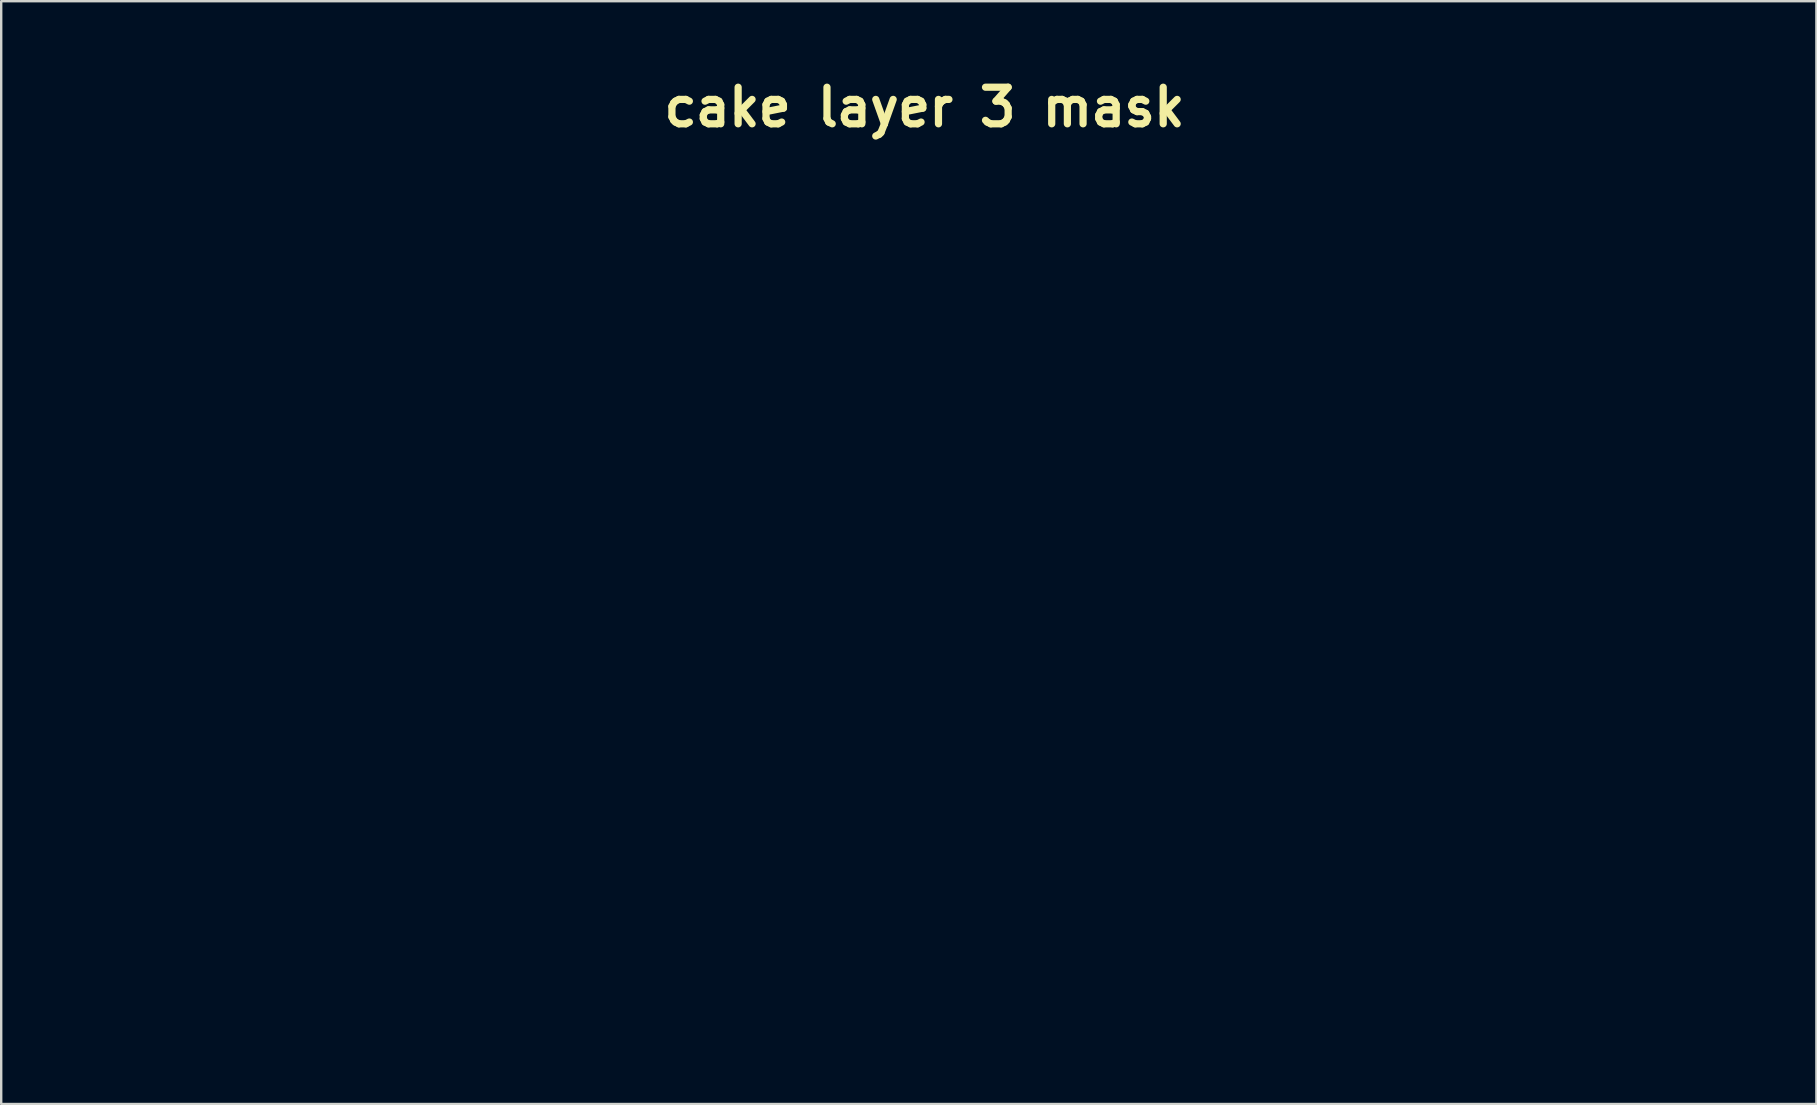
<source format=kicad_pcb>
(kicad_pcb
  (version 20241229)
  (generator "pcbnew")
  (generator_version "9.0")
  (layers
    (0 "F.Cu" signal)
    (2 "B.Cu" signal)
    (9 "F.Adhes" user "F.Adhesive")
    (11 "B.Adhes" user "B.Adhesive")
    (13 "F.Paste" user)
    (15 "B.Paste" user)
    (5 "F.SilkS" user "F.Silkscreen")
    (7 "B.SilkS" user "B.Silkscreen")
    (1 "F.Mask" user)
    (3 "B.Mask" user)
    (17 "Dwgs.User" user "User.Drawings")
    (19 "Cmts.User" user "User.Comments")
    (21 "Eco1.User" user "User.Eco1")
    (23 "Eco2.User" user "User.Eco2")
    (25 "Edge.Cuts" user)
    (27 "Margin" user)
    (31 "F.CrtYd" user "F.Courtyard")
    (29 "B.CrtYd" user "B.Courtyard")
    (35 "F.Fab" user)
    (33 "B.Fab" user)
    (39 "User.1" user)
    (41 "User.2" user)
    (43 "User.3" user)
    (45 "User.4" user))
  (footprint "cake layer 3 mask"
    (layer "F.Cu")
    (at 35.464 1.418)
    (property "Reference" "cake layer 3 mask" (at 0 0 0) (layer "F.SilkS") (effects (font (size 1.524 1.524) (thickness 0.3))))
    (attr through_hole)
    (fp_poly (pts (xy -33.465 2.42) (xy -33.246 2.548) (xy -33.03 2.701) (xy -32.886 2.822) (xy -32.851 2.871) (xy -32.799 2.971) (xy -32.69 3.104) (xy -32.583 3.239) (xy -32.408 3.483) (xy -32.188 3.802) (xy -31.946 4.163) (xy -31.922 4.199) (xy -31.566 4.703) (xy -31.175 5.198) (xy -30.797 5.621) (xy -30.687 5.732) (xy -30.37 6.03) (xy -30.119 6.232) (xy -29.886 6.37) (xy -29.626 6.475) (xy -29.498 6.516) (xy -29.15 6.607) (xy -28.807 6.669) (xy -28.581 6.689) (xy -28.168 6.645) (xy -27.691 6.528) (xy -27.228 6.36) (xy -26.991 6.244) (xy -26.677 6.069) (xy -26.506 6.273) (xy -26.403 6.426) (xy -26.248 6.695) (xy -26.061 7.042) (xy -25.862 7.43) (xy -25.852 7.451) (xy -25.474 8.195) (xy -25.146 8.798) (xy -24.855 9.279) (xy -24.59 9.655) (xy -24.337 9.942) (xy -24.085 10.159) (xy -23.821 10.322) (xy -23.816 10.325) (xy -23.472 10.47) (xy -23.105 10.575) (xy -22.78 10.622) (xy -22.647 10.618) (xy -22.217 10.555) (xy -21.923 10.506) (xy -21.733 10.465) (xy -21.616 10.426) (xy -21.599 10.418) (xy -21.206 10.22) (xy -20.902 10.059) (xy -20.711 9.948) (xy -20.659 9.908) (xy -20.567 9.83) (xy -20.393 9.7) (xy -20.34 9.662) (xy -20.17 9.516) (xy -19.93 9.275) (xy -19.658 8.977) (xy -19.467 8.755) (xy -19.062 8.285) (xy -18.653 7.833) (xy -18.262 7.424) (xy -17.912 7.083) (xy -17.629 6.832) (xy -17.484 6.725) (xy -17.203 6.618) (xy -16.813 6.562) (xy -16.366 6.555) (xy -15.914 6.597) (xy -15.509 6.686) (xy -15.302 6.766) (xy -14.899 7.028) (xy -14.539 7.383) (xy -14.267 7.779) (xy -14.161 8.032) (xy -14.096 8.369) (xy -14.063 8.815) (xy -14.062 9.313) (xy -14.093 9.806) (xy -14.142 10.155) (xy -14.317 11.156) (xy -14.445 12.009) (xy -14.527 12.728) (xy -14.564 13.328) (xy -14.558 13.823) (xy -14.508 14.228) (xy -14.461 14.426) (xy -14.311 14.808) (xy -14.094 15.204) (xy -13.849 15.549) (xy -13.681 15.725) (xy -13.466 15.883) (xy -13.179 16.057) (xy -12.885 16.212) (xy -12.65 16.31) (xy -12.615 16.32) (xy -12.003 16.407) (xy -11.44 16.353) (xy -10.918 16.151) (xy -10.426 15.796) (xy -9.955 15.283) (xy -9.496 14.606) (xy -9.47 14.563) (xy -9.336 14.295) (xy -9.184 13.923) (xy -9.035 13.507) (xy -8.912 13.108) (xy -8.89 13.027) (xy -8.844 12.719) (xy -8.825 12.298) (xy -8.832 11.816) (xy -8.862 11.328) (xy -8.913 10.886) (xy -8.974 10.583) (xy -9.028 10.309) (xy -9.079 9.941) (xy -9.115 9.552) (xy -9.118 9.509) (xy -9.134 9.138) (xy -9.121 8.872) (xy -9.068 8.645) (xy -8.968 8.394) (xy -8.946 8.346) (xy -8.725 7.93) (xy -8.424 7.456) (xy -8.087 6.987) (xy -7.756 6.583) (xy -7.684 6.505) (xy -7.162 6.03) (xy -6.628 5.686) (xy -6.099 5.479) (xy -5.594 5.416) (xy -5.129 5.505) (xy -5.105 5.514) (xy -4.61 5.735) (xy -4.221 5.967) (xy -3.878 6.248) (xy -3.699 6.425) (xy -3.294 6.887) (xy -2.944 7.382) (xy -2.619 7.955) (xy -2.294 8.65) (xy -2.282 8.678) (xy -2.115 9.051) (xy -1.956 9.387) (xy -1.826 9.642) (xy -1.762 9.75) (xy -1.656 9.921) (xy -1.609 10.026) (xy -1.609 10.028) (xy -1.551 10.139) (xy -1.398 10.326) (xy -1.185 10.557) (xy -0.944 10.795) (xy -0.708 11.007) (xy -0.542 11.138) (xy -0.069 11.371) (xy 0.529 11.491) (xy 1.066 11.507) (xy 1.569 11.473) (xy 1.969 11.393) (xy 2.329 11.248) (xy 2.713 11.017) (xy 2.729 11.007) (xy 3.125 10.686) (xy 3.493 10.269) (xy 3.852 9.729) (xy 4.151 9.182) (xy 4.458 8.634) (xy 4.756 8.23) (xy 5.073 7.948) (xy 5.433 7.767) (xy 5.864 7.665) (xy 5.997 7.648) (xy 6.308 7.644) (xy 6.717 7.68) (xy 7.159 7.747) (xy 7.57 7.836) (xy 7.705 7.874) (xy 7.919 7.937) (xy 8.201 8.018) (xy 8.297 8.044) (xy 8.594 8.135) (xy 8.869 8.231) (xy 8.932 8.257) (xy 9.187 8.353) (xy 9.398 8.42) (xy 9.635 8.493) (xy 9.779 8.545) (xy 10.883 8.961) (xy 11.879 9.275) (xy 12.789 9.491) (xy 13.636 9.612) (xy 14.443 9.644) (xy 15.233 9.59) (xy 15.435 9.562) (xy 16.656 9.338) (xy 17.782 9.041) (xy 18.794 8.677) (xy 19.673 8.253) (xy 20.06 8.018) (xy 20.389 7.8) (xy 20.669 7.61) (xy 20.868 7.47) (xy 20.949 7.408) (xy 21.069 7.308) (xy 21.265 7.156) (xy 21.35 7.092) (xy 21.565 6.927) (xy 21.735 6.788) (xy 21.773 6.753) (xy 21.901 6.646) (xy 22.114 6.482) (xy 22.29 6.35) (xy 22.558 6.15) (xy 22.808 5.957) (xy 22.923 5.865) (xy 23.366 5.605) (xy 23.898 5.462) (xy 24.486 5.438) (xy 25.095 5.532) (xy 25.69 5.748) (xy 25.721 5.763) (xy 26.279 6.111) (xy 26.825 6.583) (xy 27.328 7.143) (xy 27.757 7.751) (xy 28.082 8.372) (xy 28.244 8.848) (xy 28.346 9.125) (xy 28.54 9.528) (xy 28.822 10.044) (xy 29.091 10.505) (xy 29.344 10.864) (xy 29.669 11.238) (xy 30.023 11.585) (xy 30.363 11.858) (xy 30.544 11.97) (xy 30.814 12.067) (xy 31.082 12.107) (xy 31.368 12.029) (xy 31.644 11.814) (xy 31.879 11.497) (xy 32.045 11.11) (xy 32.073 10.999) (xy 32.116 10.7) (xy 32.148 10.271) (xy 32.167 9.751) (xy 32.173 9.177) (xy 32.167 8.589) (xy 32.147 8.026) (xy 32.115 7.526) (xy 32.091 7.281) (xy 32.038 6.706) (xy 32.009 6.087) (xy 32.002 5.451) (xy 32.015 4.824) (xy 32.047 4.234) (xy 32.097 3.706) (xy 32.163 3.268) (xy 32.244 2.946) (xy 32.337 2.765) (xy 32.337 2.765) (xy 32.45 2.742) (xy 32.569 2.886) (xy 32.697 3.198) (xy 32.83 3.676) (xy 32.842 3.725) (xy 32.924 4.068) (xy 32.986 4.344) (xy 33.038 4.597) (xy 33.088 4.873) (xy 33.145 5.217) (xy 33.216 5.672) (xy 33.236 5.8) (xy 33.384 6.658) (xy 33.542 7.402) (xy 33.706 8.016) (xy 33.872 8.482) (xy 33.93 8.607) (xy 34.148 9.044) (xy 34.092 16.989) (xy 34.082 18.371) (xy 34.073 19.596) (xy 34.064 20.675) (xy 34.056 21.62) (xy 34.047 22.444) (xy 34.038 23.157) (xy 34.028 23.773) (xy 34.018 24.302) (xy 34.006 24.756) (xy 33.993 25.149) (xy 33.978 25.49) (xy 33.961 25.793) (xy 33.942 26.069) (xy 33.921 26.329) (xy 33.896 26.587) (xy 33.869 26.853) (xy 33.866 26.882) (xy 33.686 27.931) (xy 33.382 28.947) (xy 32.968 29.89) (xy 32.571 30.555) (xy 32.396 30.781) (xy 32.136 31.08) (xy 31.827 31.413) (xy 31.506 31.742) (xy 31.212 32.027) (xy 30.981 32.23) (xy 30.944 32.258) (xy 30.329 32.677) (xy 29.601 33.112) (xy 28.81 33.537) (xy 28.006 33.924) (xy 27.686 34.064) (xy 27.423 34.167) (xy 27.057 34.298) (xy 26.619 34.448) (xy 26.142 34.606) (xy 25.66 34.762) (xy 25.204 34.904) (xy 24.808 35.022) (xy 24.505 35.107) (xy 24.327 35.146) (xy 24.321 35.147) (xy 24.2 35.188) (xy 24.11 35.232) (xy 23.936 35.299) (xy 23.682 35.369) (xy 23.602 35.386) (xy 23.325 35.449) (xy 22.944 35.545) (xy 22.44 35.677) (xy 21.798 35.849) (xy 21.463 35.941) (xy 21.079 36.045) (xy 20.74 36.133) (xy 20.388 36.221) (xy 19.966 36.322) (xy 19.643 36.398) (xy 18.962 36.558) (xy 18.416 36.684) (xy 17.978 36.783) (xy 17.618 36.861) (xy 17.306 36.923) (xy 17.016 36.978) (xy 16.716 37.029) (xy 16.679 37.035) (xy 16.311 37.097) (xy 15.992 37.152) (xy 15.768 37.191) (xy 15.706 37.203) (xy 15.347 37.269) (xy 14.886 37.348) (xy 14.389 37.428) (xy 13.921 37.5) (xy 13.906 37.502) (xy 13.489 37.563) (xy 13.035 37.63) (xy 12.721 37.676) (xy 12.356 37.728) (xy 11.995 37.776) (xy 11.769 37.804) (xy 10.648 37.93) (xy 9.666 38.033) (xy 8.792 38.116) (xy 8 38.182) (xy 7.324 38.23) (xy 6.902 38.258) (xy 6.391 38.295) (xy 5.868 38.335) (xy 5.588 38.357) (xy 5.285 38.376) (xy 4.863 38.396) (xy 4.345 38.415) (xy 3.75 38.434) (xy 3.1 38.452) (xy 2.415 38.468) (xy 1.717 38.483) (xy 1.025 38.496) (xy 0.362 38.506) (xy -0.253 38.513) (xy -0.798 38.517) (xy -1.253 38.517) (xy -1.596 38.514) (xy -1.807 38.505) (xy -1.866 38.496) (xy -1.962 38.478) (xy -2.198 38.462) (xy -2.546 38.447) (xy -2.978 38.436) (xy -3.348 38.43) (xy -3.911 38.42) (xy -4.496 38.404) (xy -5.048 38.383) (xy -5.51 38.36) (xy -5.673 38.35) (xy -6.171 38.314) (xy -6.728 38.276) (xy -7.246 38.241) (xy -7.4 38.231) (xy -7.798 38.203) (xy -8.167 38.175) (xy -8.45 38.15) (xy -8.543 38.141) (xy -8.802 38.113) (xy -9.137 38.079) (xy -9.356 38.058) (xy -9.891 38.006) (xy -10.478 37.948) (xy -11.084 37.885) (xy -11.677 37.822) (xy -12.223 37.763) (xy -12.689 37.71) (xy -13.044 37.668) (xy -13.208 37.646) (xy -13.486 37.607) (xy -13.811 37.563) (xy -13.893 37.552) (xy -14.179 37.514) (xy -14.426 37.479) (xy -14.486 37.471) (xy -15.129 37.375) (xy -15.662 37.294) (xy -16.143 37.219) (xy -16.63 37.141) (xy -16.976 37.085) (xy -17.391 37.016) (xy -17.763 36.953) (xy -18.049 36.904) (xy -18.203 36.875) (xy -18.378 36.842) (xy -18.671 36.79) (xy -19.03 36.729) (xy -19.219 36.697) (xy -19.608 36.63) (xy -19.966 36.564) (xy -20.24 36.509) (xy -20.32 36.491) (xy -20.571 36.434) (xy -20.901 36.365) (xy -21.124 36.321) (xy -21.451 36.256) (xy -21.867 36.17) (xy -22.293 36.079) (xy -22.394 36.057) (xy -22.795 35.97) (xy -23.19 35.884) (xy -23.509 35.815) (xy -23.58 35.799) (xy -23.873 35.732) (xy -24.131 35.667) (xy -24.215 35.643) (xy -24.413 35.591) (xy -24.704 35.524) (xy -24.934 35.475) (xy -25.246 35.407) (xy -25.52 35.339) (xy -25.654 35.299) (xy -25.91 35.223) (xy -26.077 35.184) (xy -26.3 35.134) (xy -26.576 35.064) (xy -26.628 35.05) (xy -26.918 34.972) (xy -27.187 34.9) (xy -27.22 34.891) (xy -27.733 34.739) (xy -28.345 34.532) (xy -29.004 34.289) (xy -29.655 34.031) (xy -30.248 33.776) (xy -30.522 33.649) (xy -31.221 33.294) (xy -31.804 32.949) (xy -32.318 32.581) (xy -32.813 32.155) (xy -33.334 31.636) (xy -33.371 31.597) (xy -33.742 31.189) (xy -34.038 30.812) (xy -34.277 30.433) (xy -34.473 30.018) (xy -34.642 29.534) (xy -34.801 28.947) (xy -34.961 28.236) (xy -35.028 27.818) (xy -35.084 27.267) (xy -35.128 26.62) (xy -35.159 25.911) (xy -35.176 25.178) (xy -35.179 24.456) (xy -35.166 23.782) (xy -35.137 23.192) (xy -35.091 22.721) (xy -35.087 22.691) (xy -35.072 22.497) (xy -35.058 22.158) (xy -35.046 21.696) (xy -35.036 21.134) (xy -35.027 20.497) (xy -35.021 19.806) (xy -35.017 19.085) (xy -35.015 18.358) (xy -35.016 17.647) (xy -35.019 16.977) (xy -35.024 16.37) (xy -35.033 15.85) (xy -35.044 15.439) (xy -35.055 15.198) (xy -35.088 14.672) (xy -35.124 14.088) (xy -35.157 13.532) (xy -35.173 13.25) (xy -35.199 12.824) (xy -35.226 12.419) (xy -35.251 12.09) (xy -35.264 11.938) (xy -35.283 11.699) (xy -35.306 11.342) (xy -35.33 10.918) (xy -35.348 10.541) (xy -35.371 10.039) (xy -35.398 9.5) (xy -35.425 9.002) (xy -35.44 8.732) (xy -35.459 8.351) (xy -35.457 8.099) (xy -35.43 7.936) (xy -35.374 7.821) (xy -35.322 7.759) (xy -35.187 7.582) (xy -35.018 7.326) (xy -34.915 7.154) (xy -34.672 6.731) (xy -34.672 4.727) (xy -34.671 4.095) (xy -34.669 3.609) (xy -34.662 3.249) (xy -34.649 2.99) (xy -34.628 2.812) (xy -34.597 2.692) (xy -34.553 2.608) (xy -34.495 2.537) (xy -34.466 2.505) (xy -34.188 2.32) (xy -33.852 2.292) (xy -33.465 2.42)) (stroke (width 0.01) (type solid)) (fill yes) (layer "F.Mask")))
  (gr_rect
    (start -3 -3)
    (end 72.617 42.94)
    (stroke (width 0.1) (type default))
    (fill no)
    (layer "Edge.Cuts")))
</source>
